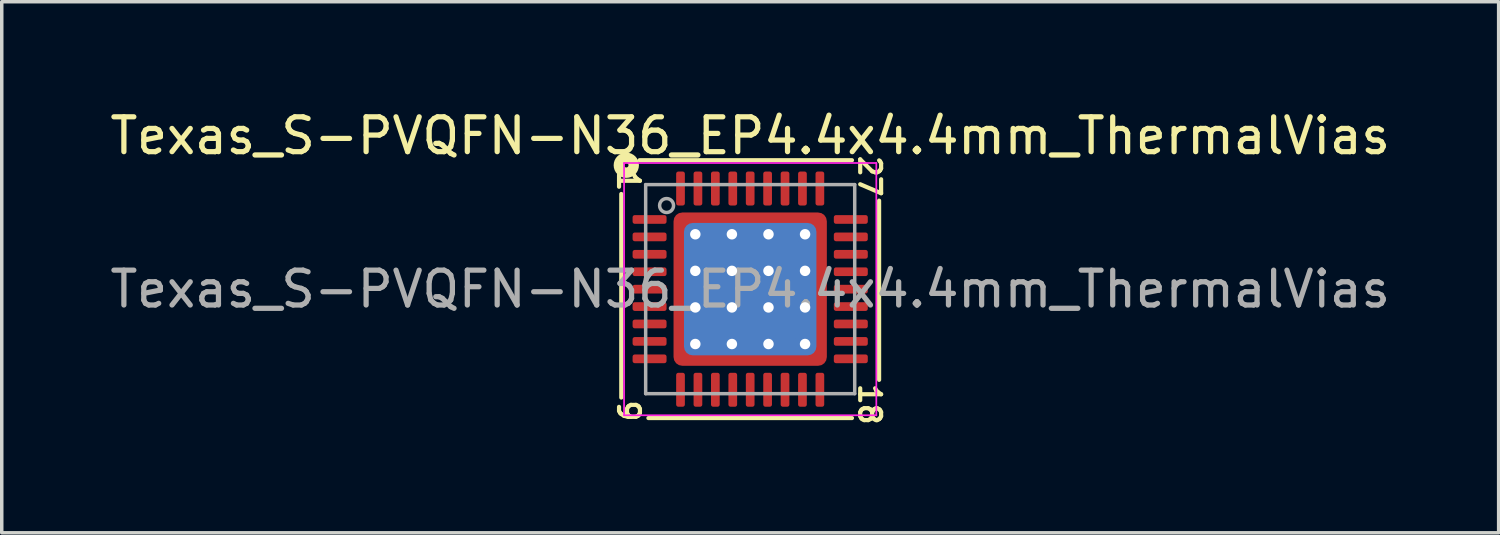
<source format=kicad_pcb>
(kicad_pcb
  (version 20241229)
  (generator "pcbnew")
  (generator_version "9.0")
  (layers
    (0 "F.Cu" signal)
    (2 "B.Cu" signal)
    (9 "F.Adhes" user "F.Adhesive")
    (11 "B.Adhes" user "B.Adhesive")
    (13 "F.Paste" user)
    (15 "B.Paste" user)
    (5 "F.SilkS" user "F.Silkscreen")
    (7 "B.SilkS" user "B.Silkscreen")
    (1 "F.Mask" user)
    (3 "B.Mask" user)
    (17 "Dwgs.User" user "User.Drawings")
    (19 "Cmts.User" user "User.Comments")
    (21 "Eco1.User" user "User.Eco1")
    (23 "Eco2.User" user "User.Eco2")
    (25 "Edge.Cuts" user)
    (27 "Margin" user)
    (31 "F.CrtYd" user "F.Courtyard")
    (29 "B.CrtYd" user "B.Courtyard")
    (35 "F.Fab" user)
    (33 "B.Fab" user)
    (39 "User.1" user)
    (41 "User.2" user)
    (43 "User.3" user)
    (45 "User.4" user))
  (footprint "Texas_S-PVQFN-N36_EP4.4x4.4mm_ThermalVias"
    (layer "F.Cu")
    (at 18.482 5.249)
    (property "Reference" "Texas_S-PVQFN-N36_EP4.4x4.4mm_ThermalVias" (at 0 -4.401 0) (layer "F.SilkS") (effects (font (size 1 1) (thickness 0.15))))
    (attr smd)
    (fp_line (start -3.7 -2.731) (end -3.7 3.111) (stroke (width 0.12) (type solid)) (layer "F.SilkS"))
    (fp_line (start -2.921 3.7) (end 2.921 3.7) (stroke (width 0.12) (type solid)) (layer "F.SilkS"))
    (fp_line (start 2.921 -3.7) (end -3.175 -3.7) (stroke (width 0.12) (type solid)) (layer "F.SilkS"))
    (fp_line (start 3.7 2.603) (end 3.7 -2.54) (stroke (width 0.12) (type solid)) (layer "F.SilkS"))
    (fp_circle (center -3.556 -3.556) (end -3.493 -3.556) (stroke (width 0.3) (type solid)) (fill no) (layer "F.SilkS"))
    (fp_line (start -3.62 -3.62) (end -3.62 3.62) (stroke (width 0.05) (type solid)) (layer "F.CrtYd"))
    (fp_line (start -3.62 3.62) (end 3.62 3.62) (stroke (width 0.05) (type solid)) (layer "F.CrtYd"))
    (fp_line (start 3.62 -3.62) (end -3.62 -3.62) (stroke (width 0.05) (type solid)) (layer "F.CrtYd"))
    (fp_line (start 3.62 3.62) (end 3.62 -3.62) (stroke (width 0.05) (type solid)) (layer "F.CrtYd"))
    (fp_line (start -3 -3) (end 3 -3) (stroke (width 0.1) (type solid)) (layer "F.Fab"))
    (fp_line (start -3 3) (end -3 -3) (stroke (width 0.1) (type solid)) (layer "F.Fab"))
    (fp_line (start 3 -3) (end 3 3) (stroke (width 0.1) (type solid)) (layer "F.Fab"))
    (fp_line (start 3 3) (end -3 3) (stroke (width 0.1) (type solid)) (layer "F.Fab"))
    (fp_circle (center -2.4 -2.4) (end -2.2 -2.4) (stroke (width 0.1) (type solid)) (fill no) (layer "F.Fab"))
    (fp_text user "18" (at 3.429 3.302 270) (unlocked yes) (layer "F.SilkS") (effects (font (size 0.6 0.6) (thickness 0.12))))
    (fp_text user "9" (at -3.493 3.493 270) (unlocked yes) (layer "F.SilkS") (effects (font (size 0.6 0.6) (thickness 0.12))))
    (fp_text user "1" (at -3.493 -3.111 270) (unlocked yes) (layer "F.SilkS") (effects (font (size 0.6 0.6) (thickness 0.12))))
    (fp_text user "27" (at 3.429 -3.239 270) (unlocked yes) (layer "F.SilkS") (effects (font (size 0.6 0.6) (thickness 0.12))))
    (fp_text user "${REFERENCE}" (at 0 0 0) (layer "F.Fab") (effects (font (size 1 1) (thickness 0.15))))
    (pad "" smd custom (at -1.887 -1.887) (size 0.39 0.39) (layers "F.Paste") (options (anchor circle)) (primitives (gr_poly (pts (xy 0.138 0.043) (xy 0.043 0.138) (xy -0.138 0.138) (xy -0.138 -0.138) (xy 0.138 -0.138)) (width 0.229) (fill yes))))
    (pad "" smd custom (at -1.887 -1.05) (size 0.419 0.419) (layers "F.Paste") (options (anchor circle)) (primitives (gr_poly (pts (xy 0.167 -0.267) (xy 0.167 0.267) (xy 0.096 0.338) (xy -0.167 0.338) (xy -0.167 -0.338) (xy 0.096 -0.338)) (width 0.17) (fill yes))))
    (pad "" smd custom (at -1.887 0) (size 0.419 0.419) (layers "F.Paste") (options (anchor circle)) (primitives (gr_poly (pts (xy 0.167 -0.267) (xy 0.167 0.267) (xy 0.096 0.338) (xy -0.167 0.338) (xy -0.167 -0.338) (xy 0.096 -0.338)) (width 0.17) (fill yes))))
    (pad "" smd custom (at -1.887 1.05) (size 0.419 0.419) (layers "F.Paste") (options (anchor circle)) (primitives (gr_poly (pts (xy 0.167 -0.267) (xy 0.167 0.267) (xy 0.096 0.338) (xy -0.167 0.338) (xy -0.167 -0.338) (xy 0.096 -0.338)) (width 0.17) (fill yes))))
    (pad "" smd custom (at -1.887 1.887) (size 0.39 0.39) (layers "F.Paste") (options (anchor circle)) (primitives (gr_poly (pts (xy 0.138 -0.043) (xy 0.138 0.138) (xy -0.138 0.138) (xy -0.138 -0.138) (xy 0.043 -0.138)) (width 0.229) (fill yes))))
    (pad "" smd custom (at -1.05 -1.887) (size 0.419 0.419) (layers "F.Paste") (options (anchor circle)) (primitives (gr_poly (pts (xy 0.338 0.096) (xy 0.267 0.167) (xy -0.267 0.167) (xy -0.338 0.096) (xy -0.338 -0.167) (xy 0.338 -0.167)) (width 0.17) (fill yes))))
    (pad "" smd roundrect (at -1.05 -1.05) (size 0.847 0.847) (layers "F.Paste") (roundrect_rratio 0.25))
    (pad "" smd roundrect (at -1.05 0) (size 0.847 0.847) (layers "F.Paste") (roundrect_rratio 0.25))
    (pad "" smd roundrect (at -1.05 1.05) (size 0.847 0.847) (layers "F.Paste") (roundrect_rratio 0.25))
    (pad "" smd custom (at -1.05 1.887) (size 0.419 0.419) (layers "F.Paste") (options (anchor circle)) (primitives (gr_poly (pts (xy 0.338 -0.096) (xy 0.338 0.167) (xy -0.338 0.167) (xy -0.338 -0.096) (xy -0.267 -0.167) (xy 0.267 -0.167)) (width 0.17) (fill yes))))
    (pad "" smd custom (at 0 -1.887) (size 0.419 0.419) (layers "F.Paste") (options (anchor circle)) (primitives (gr_poly (pts (xy 0.338 0.096) (xy 0.267 0.167) (xy -0.267 0.167) (xy -0.338 0.096) (xy -0.338 -0.167) (xy 0.338 -0.167)) (width 0.17) (fill yes))))
    (pad "" smd roundrect (at 0 -1.05) (size 0.847 0.847) (layers "F.Paste") (roundrect_rratio 0.25))
    (pad "" smd roundrect (at 0 0) (size 0.847 0.847) (layers "F.Paste") (roundrect_rratio 0.25))
    (pad "" smd roundrect (at 0 1.05) (size 0.847 0.847) (layers "F.Paste") (roundrect_rratio 0.25))
    (pad "" smd custom (at 0 1.887) (size 0.419 0.419) (layers "F.Paste") (options (anchor circle)) (primitives (gr_poly (pts (xy 0.338 -0.096) (xy 0.338 0.167) (xy -0.338 0.167) (xy -0.338 -0.096) (xy -0.267 -0.167) (xy 0.267 -0.167)) (width 0.17) (fill yes))))
    (pad "" smd custom (at 1.05 -1.887) (size 0.419 0.419) (layers "F.Paste") (options (anchor circle)) (primitives (gr_poly (pts (xy 0.338 0.096) (xy 0.267 0.167) (xy -0.267 0.167) (xy -0.338 0.096) (xy -0.338 -0.167) (xy 0.338 -0.167)) (width 0.17) (fill yes))))
    (pad "" smd roundrect (at 1.05 -1.05) (size 0.847 0.847) (layers "F.Paste") (roundrect_rratio 0.25))
    (pad "" smd roundrect (at 1.05 0) (size 0.847 0.847) (layers "F.Paste") (roundrect_rratio 0.25))
    (pad "" smd roundrect (at 1.05 1.05) (size 0.847 0.847) (layers "F.Paste") (roundrect_rratio 0.25))
    (pad "" smd custom (at 1.05 1.887) (size 0.419 0.419) (layers "F.Paste") (options (anchor circle)) (primitives (gr_poly (pts (xy 0.338 -0.096) (xy 0.338 0.167) (xy -0.338 0.167) (xy -0.338 -0.096) (xy -0.267 -0.167) (xy 0.267 -0.167)) (width 0.17) (fill yes))))
    (pad "" smd custom (at 1.887 -1.887) (size 0.39 0.39) (layers "F.Paste") (options (anchor circle)) (primitives (gr_poly (pts (xy 0.138 0.138) (xy -0.043 0.138) (xy -0.138 0.043) (xy -0.138 -0.138) (xy 0.138 -0.138)) (width 0.229) (fill yes))))
    (pad "" smd custom (at 1.887 -1.05) (size 0.419 0.419) (layers "F.Paste") (options (anchor circle)) (primitives (gr_poly (pts (xy 0.167 0.338) (xy -0.096 0.338) (xy -0.167 0.267) (xy -0.167 -0.267) (xy -0.096 -0.338) (xy 0.167 -0.338)) (width 0.17) (fill yes))))
    (pad "" smd custom (at 1.887 0) (size 0.419 0.419) (layers "F.Paste") (options (anchor circle)) (primitives (gr_poly (pts (xy 0.167 0.338) (xy -0.096 0.338) (xy -0.167 0.267) (xy -0.167 -0.267) (xy -0.096 -0.338) (xy 0.167 -0.338)) (width 0.17) (fill yes))))
    (pad "" smd custom (at 1.887 1.05) (size 0.419 0.419) (layers "F.Paste") (options (anchor circle)) (primitives (gr_poly (pts (xy 0.167 0.338) (xy -0.096 0.338) (xy -0.167 0.267) (xy -0.167 -0.267) (xy -0.096 -0.338) (xy 0.167 -0.338)) (width 0.17) (fill yes))))
    (pad "" smd custom (at 1.887 1.887) (size 0.39 0.39) (layers "F.Paste") (options (anchor circle)) (primitives (gr_poly (pts (xy 0.138 0.138) (xy -0.138 0.138) (xy -0.138 -0.043) (xy -0.043 -0.138) (xy 0.138 -0.138)) (width 0.229) (fill yes))))
    (pad "1" smd roundrect (at -2.888 -2) (size 0.975 0.25) (layers "F.Cu" "F.Mask" "F.Paste") (roundrect_rratio 0.25))
    (pad "2" smd roundrect (at -2.888 -1.5) (size 0.975 0.25) (layers "F.Cu" "F.Mask" "F.Paste") (roundrect_rratio 0.25))
    (pad "3" smd roundrect (at -2.888 -1) (size 0.975 0.25) (layers "F.Cu" "F.Mask" "F.Paste") (roundrect_rratio 0.25))
    (pad "4" smd roundrect (at -2.888 -0.5) (size 0.975 0.25) (layers "F.Cu" "F.Mask" "F.Paste") (roundrect_rratio 0.25))
    (pad "5" smd roundrect (at -2.888 0) (size 0.975 0.25) (layers "F.Cu" "F.Mask" "F.Paste") (roundrect_rratio 0.25))
    (pad "6" smd roundrect (at -2.888 0.5) (size 0.975 0.25) (layers "F.Cu" "F.Mask" "F.Paste") (roundrect_rratio 0.25))
    (pad "7" smd roundrect (at -2.888 1) (size 0.975 0.25) (layers "F.Cu" "F.Mask" "F.Paste") (roundrect_rratio 0.25))
    (pad "8" smd roundrect (at -2.888 1.5) (size 0.975 0.25) (layers "F.Cu" "F.Mask" "F.Paste") (roundrect_rratio 0.25))
    (pad "9" smd roundrect (at -2.888 2) (size 0.975 0.25) (layers "F.Cu" "F.Mask" "F.Paste") (roundrect_rratio 0.25))
    (pad "10" smd roundrect (at -2 2.888) (size 0.25 0.975) (layers "F.Cu" "F.Mask" "F.Paste") (roundrect_rratio 0.25))
    (pad "11" smd roundrect (at -1.5 2.888) (size 0.25 0.975) (layers "F.Cu" "F.Mask" "F.Paste") (roundrect_rratio 0.25))
    (pad "12" smd roundrect (at -1 2.888) (size 0.25 0.975) (layers "F.Cu" "F.Mask" "F.Paste") (roundrect_rratio 0.25))
    (pad "13" smd roundrect (at -0.5 2.888) (size 0.25 0.975) (layers "F.Cu" "F.Mask" "F.Paste") (roundrect_rratio 0.25))
    (pad "14" smd roundrect (at 0 2.888) (size 0.25 0.975) (layers "F.Cu" "F.Mask" "F.Paste") (roundrect_rratio 0.25))
    (pad "15" smd roundrect (at 0.5 2.888) (size 0.25 0.975) (layers "F.Cu" "F.Mask" "F.Paste") (roundrect_rratio 0.25))
    (pad "16" smd roundrect (at 1 2.888) (size 0.25 0.975) (layers "F.Cu" "F.Mask" "F.Paste") (roundrect_rratio 0.25))
    (pad "17" smd roundrect (at 1.5 2.888) (size 0.25 0.975) (layers "F.Cu" "F.Mask" "F.Paste") (roundrect_rratio 0.25))
    (pad "18" smd roundrect (at 2 2.888) (size 0.25 0.975) (layers "F.Cu" "F.Mask" "F.Paste") (roundrect_rratio 0.25))
    (pad "19" smd roundrect (at 2.888 2) (size 0.975 0.25) (layers "F.Cu" "F.Mask" "F.Paste") (roundrect_rratio 0.25))
    (pad "20" smd roundrect (at 2.888 1.5) (size 0.975 0.25) (layers "F.Cu" "F.Mask" "F.Paste") (roundrect_rratio 0.25))
    (pad "21" smd roundrect (at 2.888 1) (size 0.975 0.25) (layers "F.Cu" "F.Mask" "F.Paste") (roundrect_rratio 0.25))
    (pad "22" smd roundrect (at 2.888 0.5) (size 0.975 0.25) (layers "F.Cu" "F.Mask" "F.Paste") (roundrect_rratio 0.25))
    (pad "23" smd roundrect (at 2.888 0) (size 0.975 0.25) (layers "F.Cu" "F.Mask" "F.Paste") (roundrect_rratio 0.25))
    (pad "24" smd roundrect (at 2.888 -0.5) (size 0.975 0.25) (layers "F.Cu" "F.Mask" "F.Paste") (roundrect_rratio 0.25))
    (pad "25" smd roundrect (at 2.888 -1) (size 0.975 0.25) (layers "F.Cu" "F.Mask" "F.Paste") (roundrect_rratio 0.25))
    (pad "26" smd roundrect (at 2.888 -1.5) (size 0.975 0.25) (layers "F.Cu" "F.Mask" "F.Paste") (roundrect_rratio 0.25))
    (pad "27" smd roundrect (at 2.888 -2) (size 0.975 0.25) (layers "F.Cu" "F.Mask" "F.Paste") (roundrect_rratio 0.25))
    (pad "28" smd roundrect (at 2 -2.888) (size 0.25 0.975) (layers "F.Cu" "F.Mask" "F.Paste") (roundrect_rratio 0.25))
    (pad "29" smd roundrect (at 1.5 -2.888) (size 0.25 0.975) (layers "F.Cu" "F.Mask" "F.Paste") (roundrect_rratio 0.25))
    (pad "30" smd roundrect (at 1 -2.888) (size 0.25 0.975) (layers "F.Cu" "F.Mask" "F.Paste") (roundrect_rratio 0.25))
    (pad "31" smd roundrect (at 0.5 -2.888) (size 0.25 0.975) (layers "F.Cu" "F.Mask" "F.Paste") (roundrect_rratio 0.25))
    (pad "32" smd roundrect (at 0 -2.888) (size 0.25 0.975) (layers "F.Cu" "F.Mask" "F.Paste") (roundrect_rratio 0.25))
    (pad "33" smd roundrect (at -0.5 -2.888) (size 0.25 0.975) (layers "F.Cu" "F.Mask" "F.Paste") (roundrect_rratio 0.25))
    (pad "34" smd roundrect (at -1 -2.888) (size 0.25 0.975) (layers "F.Cu" "F.Mask" "F.Paste") (roundrect_rratio 0.25))
    (pad "35" smd roundrect (at -1.5 -2.888) (size 0.25 0.975) (layers "F.Cu" "F.Mask" "F.Paste") (roundrect_rratio 0.25))
    (pad "36" smd roundrect (at -2 -2.888) (size 0.25 0.975) (layers "F.Cu" "F.Mask" "F.Paste") (roundrect_rratio 0.25))
    (pad "37" thru_hole circle (at -1.575 -1.575) (size 0.6 0.6) (drill 0.3) (property pad_prop_heatsink) (layers "*.Cu"))
    (pad "37" thru_hole circle (at -1.575 -0.525) (size 0.6 0.6) (drill 0.3) (property pad_prop_heatsink) (layers "*.Cu"))
    (pad "37" thru_hole circle (at -1.575 0.525) (size 0.6 0.6) (drill 0.3) (property pad_prop_heatsink) (layers "*.Cu"))
    (pad "37" thru_hole circle (at -1.575 1.575) (size 0.6 0.6) (drill 0.3) (property pad_prop_heatsink) (layers "*.Cu"))
    (pad "37" thru_hole circle (at -0.525 -1.575) (size 0.6 0.6) (drill 0.3) (property pad_prop_heatsink) (layers "*.Cu"))
    (pad "37" thru_hole circle (at -0.525 -0.525) (size 0.6 0.6) (drill 0.3) (property pad_prop_heatsink) (layers "*.Cu"))
    (pad "37" thru_hole circle (at -0.525 0.525) (size 0.6 0.6) (drill 0.3) (property pad_prop_heatsink) (layers "*.Cu"))
    (pad "37" thru_hole circle (at -0.525 1.575) (size 0.6 0.6) (drill 0.3) (property pad_prop_heatsink) (layers "*.Cu"))
    (pad "37" smd roundrect (at 0 0) (size 3.8 3.8) (layers "B.Cu" "B.Mask") (roundrect_rratio 0.066))
    (pad "37" smd roundrect (at 0 0) (size 4.4 4.4) (layers "F.Cu" "F.Mask") (roundrect_rratio 0.057))
    (pad "37" thru_hole circle (at 0.525 -1.575) (size 0.6 0.6) (drill 0.3) (property pad_prop_heatsink) (layers "*.Cu"))
    (pad "37" thru_hole circle (at 0.525 -0.525) (size 0.6 0.6) (drill 0.3) (property pad_prop_heatsink) (layers "*.Cu"))
    (pad "37" thru_hole circle (at 0.525 0.525) (size 0.6 0.6) (drill 0.3) (property pad_prop_heatsink) (layers "*.Cu"))
    (pad "37" thru_hole circle (at 0.525 1.575) (size 0.6 0.6) (drill 0.3) (property pad_prop_heatsink) (layers "*.Cu"))
    (pad "37" thru_hole circle (at 1.575 -1.575) (size 0.6 0.6) (drill 0.3) (property pad_prop_heatsink) (layers "*.Cu"))
    (pad "37" thru_hole circle (at 1.575 -0.525) (size 0.6 0.6) (drill 0.3) (property pad_prop_heatsink) (layers "*.Cu"))
    (pad "37" thru_hole circle (at 1.575 0.525) (size 0.6 0.6) (drill 0.3) (property pad_prop_heatsink) (layers "*.Cu"))
    (pad "37" thru_hole circle (at 1.575 1.575) (size 0.6 0.6) (drill 0.3) (property pad_prop_heatsink) (layers "*.Cu")))
  (gr_rect
    (start -3 -3)
    (end 39.964 12.242)
    (stroke (width 0.1) (type default))
    (fill no)
    (layer "Edge.Cuts")))
</source>
